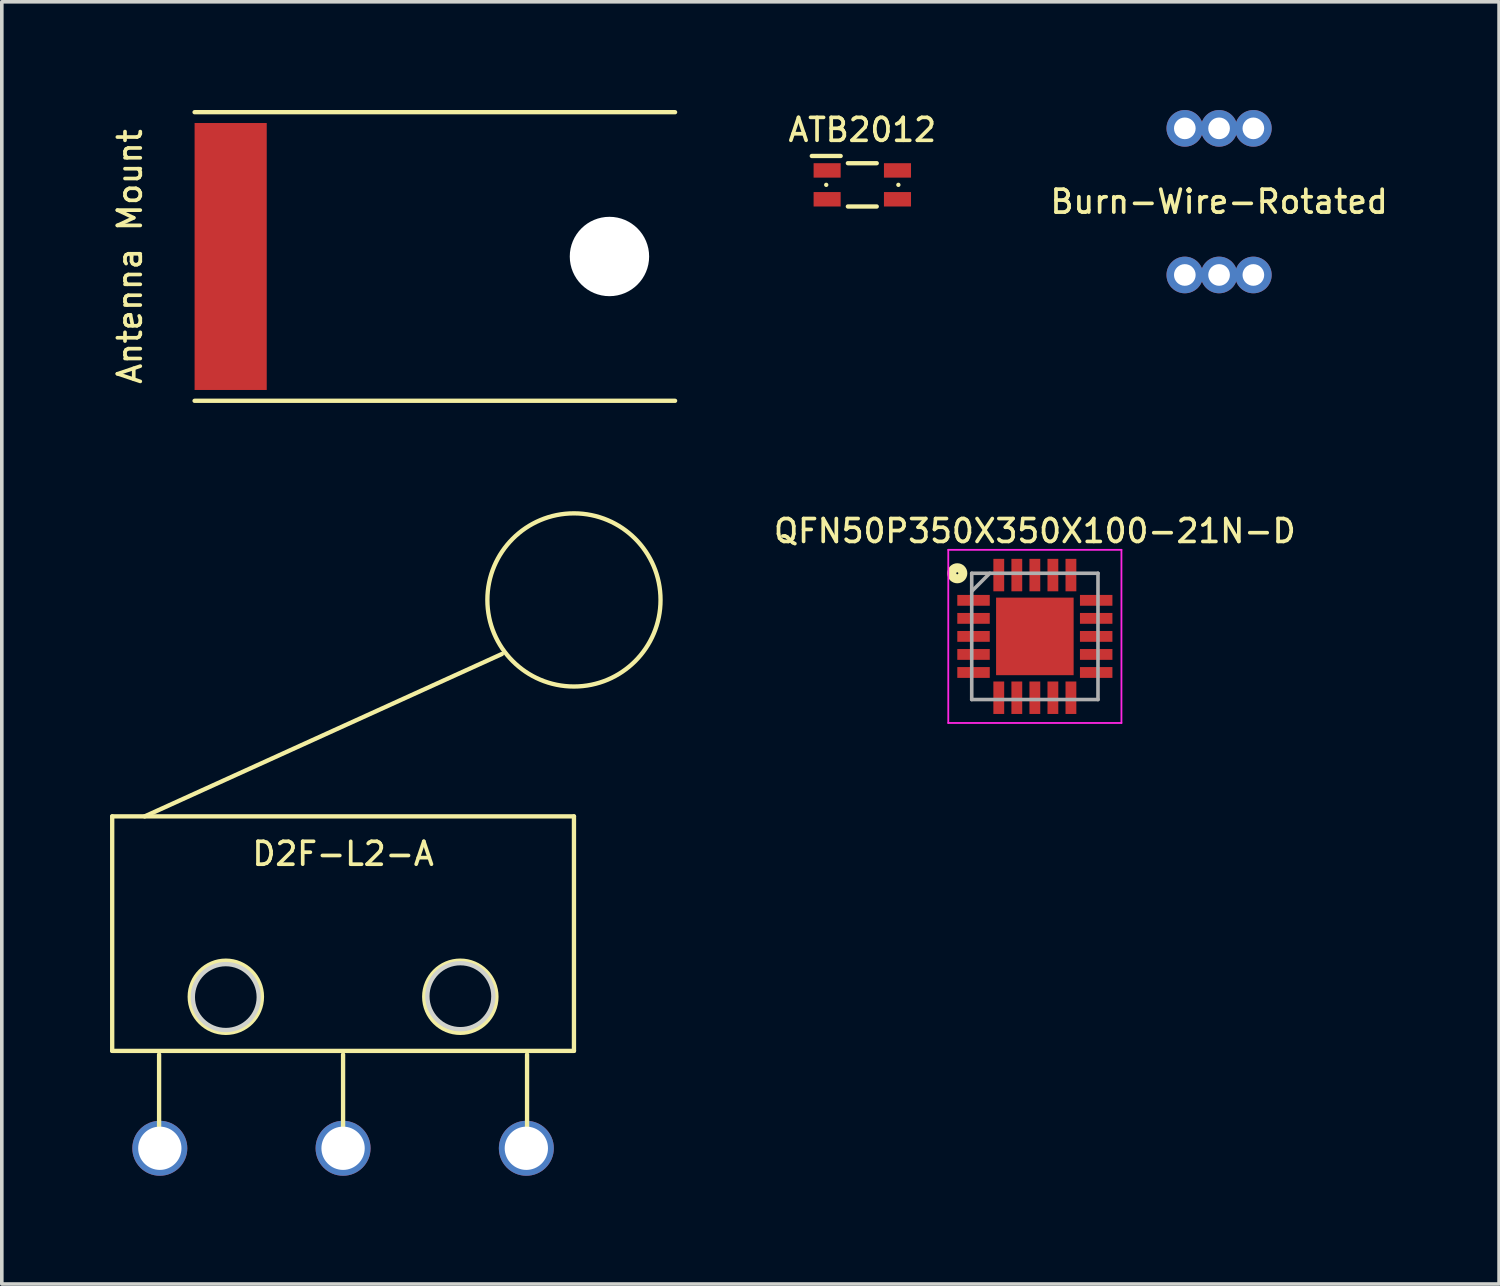
<source format=kicad_pcb>
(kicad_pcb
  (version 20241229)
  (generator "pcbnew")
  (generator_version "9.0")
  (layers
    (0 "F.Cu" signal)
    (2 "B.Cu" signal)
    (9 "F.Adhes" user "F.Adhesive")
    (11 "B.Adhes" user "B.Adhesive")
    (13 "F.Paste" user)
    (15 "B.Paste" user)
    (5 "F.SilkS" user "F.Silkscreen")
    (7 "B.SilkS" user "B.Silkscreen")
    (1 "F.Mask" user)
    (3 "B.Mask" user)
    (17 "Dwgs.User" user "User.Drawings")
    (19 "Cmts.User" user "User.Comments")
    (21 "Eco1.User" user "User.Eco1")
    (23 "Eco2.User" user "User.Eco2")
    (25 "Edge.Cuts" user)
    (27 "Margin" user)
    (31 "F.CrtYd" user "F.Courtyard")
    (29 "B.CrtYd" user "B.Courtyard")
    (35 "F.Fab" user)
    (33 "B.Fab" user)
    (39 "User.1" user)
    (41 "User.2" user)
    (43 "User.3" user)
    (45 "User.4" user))
  (footprint "Antenna Mount"
    (layer "F.Cu")
    (at 3.344 4.06)
    (property "Reference" "Antenna Mount" (at -2.794 0 90) (unlocked yes) (layer "F.SilkS") (effects (font (size 0.635 0.635) (thickness 0.102))))
    (fp_line (start -1 -4) (end 12.319 -4) (stroke (width 0.12) (type solid)) (layer "F.SilkS"))
    (fp_line (start 12.319 4) (end -1 4) (stroke (width 0.12) (type solid)) (layer "F.SilkS"))
    (pad "" np_thru_hole circle (at 10.5 0) (size 2.2 2.2) (drill 2.2) (layers "*.Cu" "*.Mask"))
    (pad "1" smd rect (at 0 0) (size 2 7.4) (layers "F.Cu" "F.Mask" "F.Paste")))
  (footprint "Burn-Wire-Rotated"
    (layer "F.Cu")
    (at 30.743 2.54)
    (property "Reference" "Burn-Wire-Rotated" (at 0 0 0) (layer "F.SilkS") (effects (font (size 0.635 0.635) (thickness 0.102))))
    (attr through_hole)
    (pad "1" thru_hole circle (at -0.95 -2.032) (size 1.016 1.016) (drill 0.6) (layers "*.Cu" "*.Mask"))
    (pad "1" thru_hole circle (at 0 -2.032) (size 1.016 1.016) (drill 0.6) (layers "*.Cu" "*.Mask"))
    (pad "1" thru_hole circle (at 0.95 -2.032) (size 1.016 1.016) (drill 0.6) (layers "*.Cu" "*.Mask"))
    (pad "2" thru_hole circle (at -0.95 2.032) (size 1.016 1.016) (drill 0.6) (layers "*.Cu" "*.Mask"))
    (pad "2" thru_hole circle (at 0 2.032) (size 1.016 1.016) (drill 0.6) (layers "*.Cu" "*.Mask"))
    (pad "2" thru_hole circle (at 0.95 2.032) (size 1.016 1.016) (drill 0.6) (layers "*.Cu" "*.Mask")))
  (footprint "QFN50P350X350X100-21N-D"
    (layer "F.Cu")
    (at 25.636 14.591)
    (property "Reference" "QFN50P350X350X100-21N-D" (at 0 -2.921 0) (layer "F.SilkS") (effects (font (size 0.635 0.635) (thickness 0.102))))
    (attr smd)
    (fp_circle (center -2.15 -1.75) (end -2.15 -1.778) (stroke (width 0.25) (type solid)) (fill no) (layer "F.SilkS"))
    (fp_line (start -2.4 -2.4) (end 2.4 -2.4) (stroke (width 0.05) (type solid)) (layer "F.CrtYd"))
    (fp_line (start -2.4 2.4) (end -2.4 -2.4) (stroke (width 0.05) (type solid)) (layer "F.CrtYd"))
    (fp_line (start 2.4 -2.4) (end 2.4 2.4) (stroke (width 0.05) (type solid)) (layer "F.CrtYd"))
    (fp_line (start 2.4 2.4) (end -2.4 2.4) (stroke (width 0.05) (type solid)) (layer "F.CrtYd"))
    (fp_line (start -1.75 -1.75) (end 1.75 -1.75) (stroke (width 0.1) (type solid)) (layer "F.Fab"))
    (fp_line (start -1.75 -1.25) (end -1.25 -1.75) (stroke (width 0.1) (type solid)) (layer "F.Fab"))
    (fp_line (start -1.75 1.75) (end -1.75 -1.75) (stroke (width 0.1) (type solid)) (layer "F.Fab"))
    (fp_line (start 1.75 -1.75) (end 1.75 1.75) (stroke (width 0.1) (type solid)) (layer "F.Fab"))
    (fp_line (start 1.75 1.75) (end -1.75 1.75) (stroke (width 0.1) (type solid)) (layer "F.Fab"))
    (pad "1" smd rect (at -1.7 -1 90) (size 0.3 0.9) (layers "F.Cu" "F.Mask" "F.Paste"))
    (pad "2" smd rect (at -1.7 -0.5 90) (size 0.3 0.9) (layers "F.Cu" "F.Mask" "F.Paste"))
    (pad "3" smd rect (at -1.7 0 90) (size 0.3 0.9) (layers "F.Cu" "F.Mask" "F.Paste"))
    (pad "4" smd rect (at -1.7 0.5 90) (size 0.3 0.9) (layers "F.Cu" "F.Mask" "F.Paste"))
    (pad "5" smd rect (at -1.7 1 90) (size 0.3 0.9) (layers "F.Cu" "F.Mask" "F.Paste"))
    (pad "6" smd rect (at -1 1.7) (size 0.3 0.9) (layers "F.Cu" "F.Mask" "F.Paste"))
    (pad "7" smd rect (at -0.5 1.7) (size 0.3 0.9) (layers "F.Cu" "F.Mask" "F.Paste"))
    (pad "8" smd rect (at 0 1.7) (size 0.3 0.9) (layers "F.Cu" "F.Mask" "F.Paste"))
    (pad "9" smd rect (at 0.5 1.7) (size 0.3 0.9) (layers "F.Cu" "F.Mask" "F.Paste"))
    (pad "10" smd rect (at 1 1.7) (size 0.3 0.9) (layers "F.Cu" "F.Mask" "F.Paste"))
    (pad "11" smd rect (at 1.7 1 90) (size 0.3 0.9) (layers "F.Cu" "F.Mask" "F.Paste"))
    (pad "12" smd rect (at 1.7 0.5 90) (size 0.3 0.9) (layers "F.Cu" "F.Mask" "F.Paste"))
    (pad "13" smd rect (at 1.7 0 90) (size 0.3 0.9) (layers "F.Cu" "F.Mask" "F.Paste"))
    (pad "14" smd rect (at 1.7 -0.5 90) (size 0.3 0.9) (layers "F.Cu" "F.Mask" "F.Paste"))
    (pad "15" smd rect (at 1.7 -1 90) (size 0.3 0.9) (layers "F.Cu" "F.Mask" "F.Paste"))
    (pad "16" smd rect (at 1 -1.7) (size 0.3 0.9) (layers "F.Cu" "F.Mask" "F.Paste"))
    (pad "17" smd rect (at 0.5 -1.7) (size 0.3 0.9) (layers "F.Cu" "F.Mask" "F.Paste"))
    (pad "18" smd rect (at 0 -1.7) (size 0.3 0.9) (layers "F.Cu" "F.Mask" "F.Paste"))
    (pad "19" smd rect (at -0.5 -1.7) (size 0.3 0.9) (layers "F.Cu" "F.Mask" "F.Paste"))
    (pad "20" smd rect (at -1 -1.7) (size 0.3 0.9) (layers "F.Cu" "F.Mask" "F.Paste"))
    (pad "21" smd rect (at 0 0) (size 2.15 2.15) (layers "F.Cu" "F.Mask" "F.Paste")))
  (footprint "ATB2012"
    (layer "F.Cu")
    (at 20.853 2.074)
    (property "Reference" "ATB2012" (at 0 -1.524 0) (unlocked yes) (layer "F.SilkS") (effects (font (size 0.635 0.635) (thickness 0.102))))
    (attr smd)
    (fp_line (start -1.4 -0.8) (end -0.6 -0.8) (stroke (width 0.12) (type solid)) (layer "F.SilkS"))
    (fp_line (start -1 0) (end -1 0) (stroke (width 0.12) (type solid)) (layer "F.SilkS"))
    (fp_line (start -0.4 0.6) (end 0.4 0.6) (stroke (width 0.12) (type solid)) (layer "F.SilkS"))
    (fp_line (start 0.4 -0.6) (end -0.4 -0.6) (stroke (width 0.12) (type solid)) (layer "F.SilkS"))
    (fp_line (start 1 0) (end 1 0) (stroke (width 0.12) (type solid)) (layer "F.SilkS"))
    (pad "1" smd rect (at -0.975 -0.4) (size 0.75 0.4) (layers "F.Cu" "F.Mask" "F.Paste"))
    (pad "2" smd rect (at -0.975 0.4) (size 0.75 0.4) (layers "F.Cu" "F.Mask" "F.Paste"))
    (pad "3" smd rect (at 0.975 0.4) (size 0.75 0.4) (layers "F.Cu" "F.Mask" "F.Paste"))
    (pad "4" smd rect (at 0.975 -0.4) (size 0.75 0.4) (layers "F.Cu" "F.Mask" "F.Paste")))
  (footprint "D2F-L2-A"
    (layer "F.Cu")
    (at 6.46 28.78)
    (property "Reference" "D2F-L2-A" (at 0.0002 -8.163 0) (layer "F.SilkS") (effects (font (size 0.635 0.635) (thickness 0.102))))
    (attr through_hole)
    (fp_line (start -6.4 -9.2) (end -6.4 -2.7) (stroke (width 0.12) (type solid)) (layer "F.SilkS"))
    (fp_line (start -6.4 -9.2) (end 6.4 -9.2) (stroke (width 0.12) (type solid)) (layer "F.SilkS"))
    (fp_line (start -5.5 -9.2) (end 4.4 -13.7) (stroke (width 0.12) (type solid)) (layer "F.SilkS"))
    (fp_line (start -5.1 0) (end -5.1 -2.6) (stroke (width 0.12) (type solid)) (layer "F.SilkS"))
    (fp_line (start 0 0) (end 0 -2.6) (stroke (width 0.12) (type solid)) (layer "F.SilkS"))
    (fp_line (start 5.1 0) (end 5.1 -2.6) (stroke (width 0.12) (type solid)) (layer "F.SilkS"))
    (fp_line (start 6.4 -2.7) (end -6.4 -2.7) (stroke (width 0.12) (type solid)) (layer "F.SilkS"))
    (fp_line (start 6.4 -2.7) (end 6.4 -9.2) (stroke (width 0.12) (type solid)) (layer "F.SilkS"))
    (fp_circle (center -3.25 -4.2) (end -2.25 -4.2) (stroke (width 0.12) (type solid)) (fill no) (layer "F.SilkS"))
    (fp_circle (center 3.25 -4.2) (end 4.25 -4.2) (stroke (width 0.12) (type solid)) (fill no) (layer "F.SilkS"))
    (fp_circle (center 6.4 -15.2) (end 8.8 -15.2) (stroke (width 0.12) (type solid)) (fill no) (layer "F.SilkS"))
    (fp_circle (center -3.251 -4.191) (end -2.337 -4.191) (stroke (width 0.12) (type solid)) (fill no) (layer "Edge.Cuts"))
    (fp_circle (center 3.251 -4.216) (end 4.166 -4.216) (stroke (width 0.12) (type solid)) (fill no) (layer "Edge.Cuts"))
    (pad "1" thru_hole circle (at 0 0) (size 1.524 1.524) (drill 1.2) (layers "*.Cu" "*.Mask"))
    (pad "2" thru_hole circle (at -5.08 0) (size 1.524 1.524) (drill 1.2) (layers "*.Cu" "*.Mask"))
    (pad "3" thru_hole circle (at 5.08 0) (size 1.524 1.524) (drill 1.2) (layers "*.Cu" "*.Mask")))
  (gr_rect
    (start -3 -3)
    (end 38.504 32.542)
    (stroke (width 0.1) (type default))
    (fill no)
    (layer "Edge.Cuts")))
</source>
